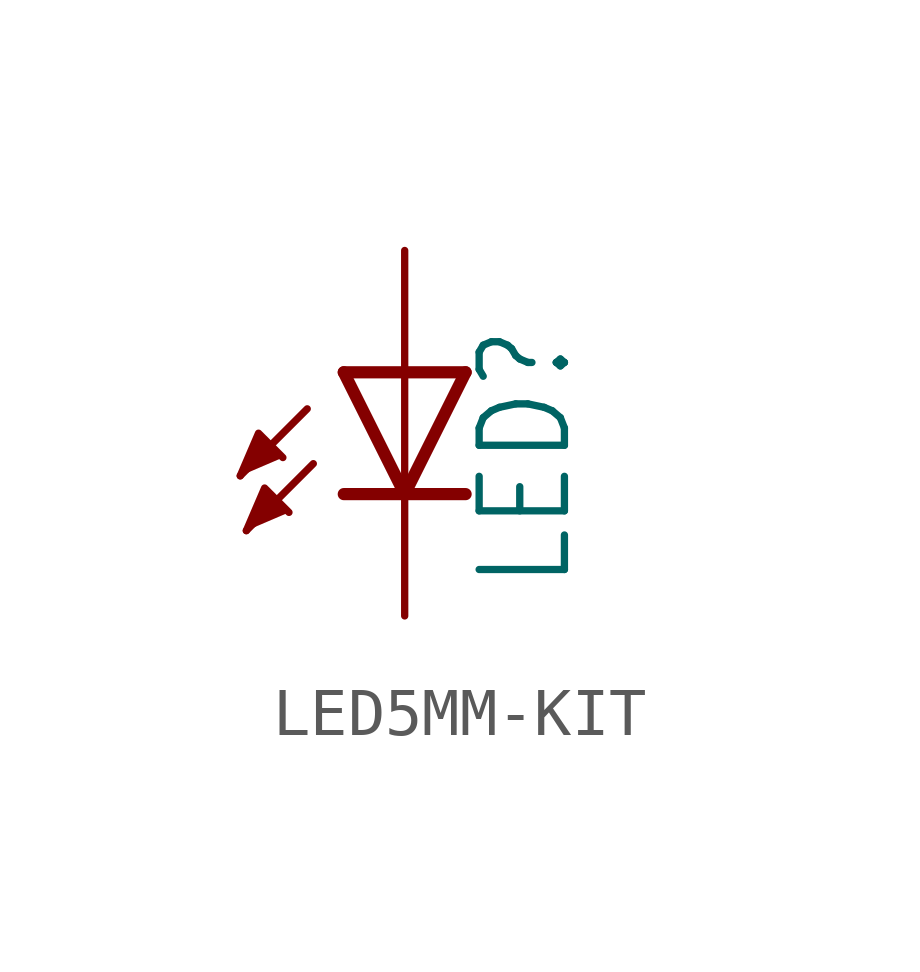
<source format=kicad_sym>
(kicad_symbol_lib
  (version 20220914)
  (generator kicad_symbol_editor)
  (symbol "LED5MM-KIT"
    (property "Reference" "LED"
      (at 3.556 -4.572 90)
      (effects (font (size 1.778 1.511)) (justify left bottom)))
    (property "Value" ""
      (at 5.715 -4.572 90)
      (effects (font (size 1.778 1.511)) (justify left bottom)))
    (property "ki_locked" ""
      (at 0 0 0)
      (effects (font (size 1.27 1.27))))
    (symbol "LED5MM-KIT_1_0"
      (polyline (pts (xy -2.032 -0.762) (xy -3.429 -2.159)) (stroke (width 0.152) (type solid)) (fill (type none)))
      (polyline (pts (xy -1.905 -1.905) (xy -3.302 -3.302)) (stroke (width 0.152) (type solid)) (fill (type none)))
      (polyline (pts (xy 0 -2.54) (xy -1.27 -2.54)) (stroke (width 0.254) (type solid)) (fill (type none)))
      (polyline (pts (xy 0 -2.54) (xy -1.27 0)) (stroke (width 0.254) (type solid)) (fill (type none)))
      (polyline (pts (xy 0 0) (xy -1.27 0)) (stroke (width 0.254) (type solid)) (fill (type none)))
      (polyline (pts (xy 0 0) (xy 0 -2.54)) (stroke (width 0.152) (type solid)) (fill (type none)))
      (polyline (pts (xy 1.27 -2.54) (xy 0 -2.54)) (stroke (width 0.254) (type solid)) (fill (type none)))
      (polyline (pts (xy 1.27 0) (xy 0 -2.54)) (stroke (width 0.254) (type solid)) (fill (type none)))
      (polyline (pts (xy 1.27 0) (xy 0 0)) (stroke (width 0.254) (type solid)) (fill (type none)))
      (polyline (pts (xy -3.429 -2.159) (xy -3.048 -1.27) (xy -2.54 -1.778)) (stroke (width 0.152) (type solid)) (fill (type outline)))
      (polyline (pts (xy -3.302 -3.302) (xy -2.921 -2.413) (xy -2.413 -2.921)) (stroke (width 0.152) (type solid)) (fill (type outline)))
      (pin passive line (at 0 2.54 270) (length 2.54) (name "A" (effects (font (size 0 0)))) (number "A" (effects (font (size 0 0)))))
      (pin passive line (at 0 -5.08 90) (length 2.54) (name "C" (effects (font (size 0 0)))) (number "K" (effects (font (size 0 0))))))))
</source>
